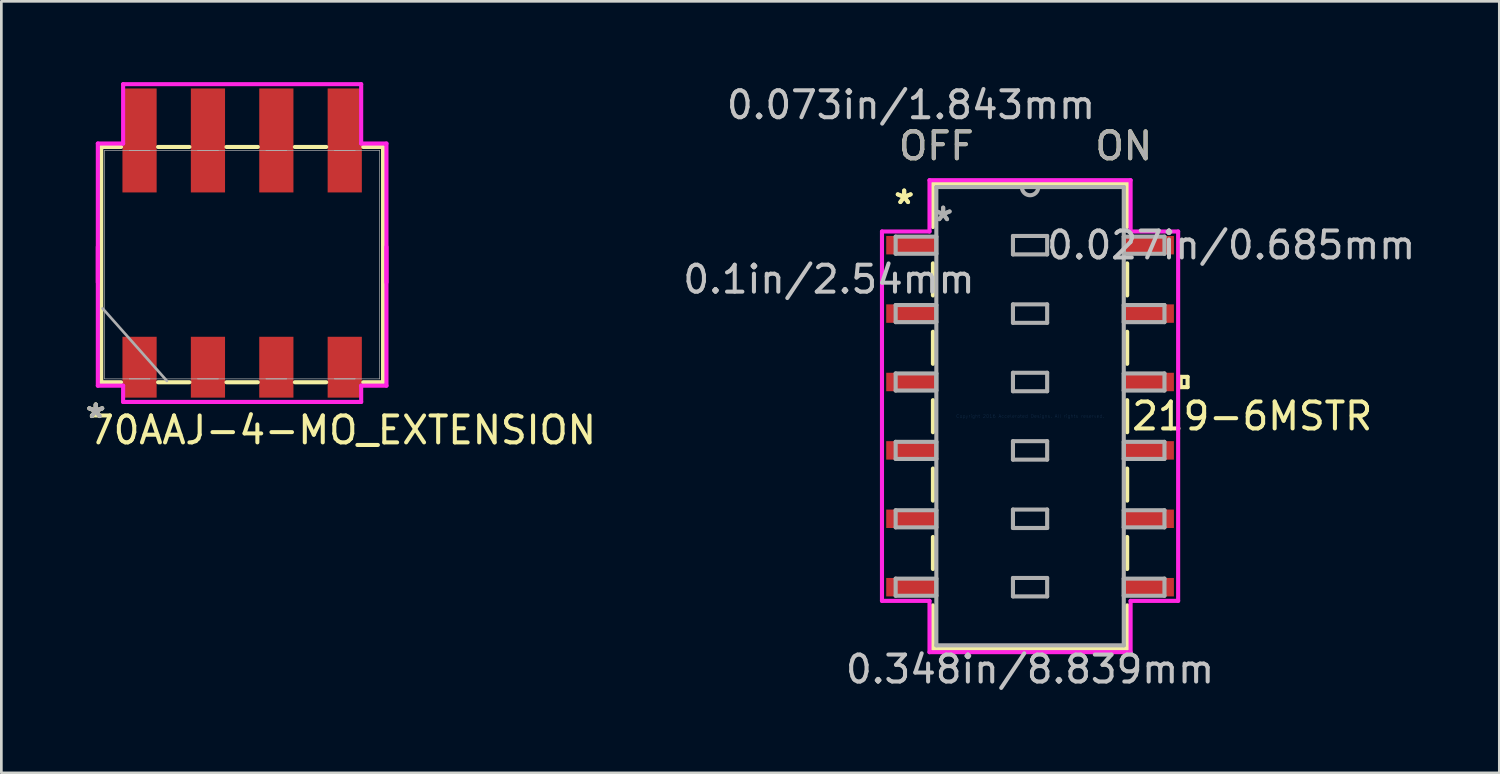
<source format=kicad_pcb>
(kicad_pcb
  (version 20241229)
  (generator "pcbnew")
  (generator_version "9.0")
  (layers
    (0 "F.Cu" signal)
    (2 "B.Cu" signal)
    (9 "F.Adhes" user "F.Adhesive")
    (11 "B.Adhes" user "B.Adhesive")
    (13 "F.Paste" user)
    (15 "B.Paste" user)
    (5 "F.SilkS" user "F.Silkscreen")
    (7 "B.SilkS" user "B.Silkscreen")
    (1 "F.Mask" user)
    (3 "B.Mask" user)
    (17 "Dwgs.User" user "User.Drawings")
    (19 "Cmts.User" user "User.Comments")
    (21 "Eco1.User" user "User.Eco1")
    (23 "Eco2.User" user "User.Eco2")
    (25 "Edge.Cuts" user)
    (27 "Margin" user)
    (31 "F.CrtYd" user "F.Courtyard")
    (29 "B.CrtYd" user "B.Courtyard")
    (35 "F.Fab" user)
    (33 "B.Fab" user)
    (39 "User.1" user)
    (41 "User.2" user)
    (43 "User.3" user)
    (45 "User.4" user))
  (footprint "219-6MSTR"
    (layer "F.Cu")
    (at 35.201 12.405)
    (property "Reference" "219-6MSTR" (at 8.25 0 0) (layer "F.SilkS") (effects (font (size 1 1) (thickness 0.15))))
    (attr smd)
    (fp_line (start -3.607 -8.636) (end -3.607 -7.025) (stroke (width 0.152) (type solid)) (layer "F.SilkS"))
    (fp_line (start -3.607 -5.675) (end -3.607 -4.485) (stroke (width 0.152) (type solid)) (layer "F.SilkS"))
    (fp_line (start -3.607 -3.135) (end -3.607 -1.945) (stroke (width 0.152) (type solid)) (layer "F.SilkS"))
    (fp_line (start -3.607 -0.595) (end -3.607 0.595) (stroke (width 0.152) (type solid)) (layer "F.SilkS"))
    (fp_line (start -3.607 1.945) (end -3.607 3.135) (stroke (width 0.152) (type solid)) (layer "F.SilkS"))
    (fp_line (start -3.607 4.485) (end -3.607 5.675) (stroke (width 0.152) (type solid)) (layer "F.SilkS"))
    (fp_line (start -3.607 7.025) (end -3.607 8.636) (stroke (width 0.152) (type solid)) (layer "F.SilkS"))
    (fp_line (start -3.607 8.636) (end 3.607 8.636) (stroke (width 0.152) (type solid)) (layer "F.SilkS"))
    (fp_line (start 3.607 -8.636) (end -3.607 -8.636) (stroke (width 0.152) (type solid)) (layer "F.SilkS"))
    (fp_line (start 3.607 -7.025) (end 3.607 -8.636) (stroke (width 0.152) (type solid)) (layer "F.SilkS"))
    (fp_line (start 3.607 -4.485) (end 3.607 -5.675) (stroke (width 0.152) (type solid)) (layer "F.SilkS"))
    (fp_line (start 3.607 -1.945) (end 3.607 -3.135) (stroke (width 0.152) (type solid)) (layer "F.SilkS"))
    (fp_line (start 3.607 0.595) (end 3.607 -0.595) (stroke (width 0.152) (type solid)) (layer "F.SilkS"))
    (fp_line (start 3.607 3.135) (end 3.607 1.945) (stroke (width 0.152) (type solid)) (layer "F.SilkS"))
    (fp_line (start 3.607 5.675) (end 3.607 4.485) (stroke (width 0.152) (type solid)) (layer "F.SilkS"))
    (fp_line (start 3.607 8.636) (end 3.607 7.025) (stroke (width 0.152) (type solid)) (layer "F.SilkS"))
    (fp_line (start 5.595 -1.46) (end 5.849 -1.46) (stroke (width 0.152) (type solid)) (layer "F.SilkS"))
    (fp_line (start 5.595 -1.079) (end 5.595 -1.46) (stroke (width 0.152) (type solid)) (layer "F.SilkS"))
    (fp_line (start 5.849 -1.46) (end 5.849 -1.079) (stroke (width 0.152) (type solid)) (layer "F.SilkS"))
    (fp_line (start 5.849 -1.079) (end 5.595 -1.079) (stroke (width 0.152) (type solid)) (layer "F.SilkS"))
    (fp_line (start -5.499 -6.858) (end -3.734 -6.858) (stroke (width 0.152) (type solid)) (layer "F.CrtYd"))
    (fp_line (start -5.499 6.858) (end -5.499 -6.858) (stroke (width 0.152) (type solid)) (layer "F.CrtYd"))
    (fp_line (start -3.734 -8.763) (end 3.734 -8.763) (stroke (width 0.152) (type solid)) (layer "F.CrtYd"))
    (fp_line (start -3.734 -6.858) (end -3.734 -8.763) (stroke (width 0.152) (type solid)) (layer "F.CrtYd"))
    (fp_line (start -3.734 6.858) (end -5.499 6.858) (stroke (width 0.152) (type solid)) (layer "F.CrtYd"))
    (fp_line (start -3.734 8.763) (end -3.734 6.858) (stroke (width 0.152) (type solid)) (layer "F.CrtYd"))
    (fp_line (start 3.734 -8.763) (end 3.734 -6.858) (stroke (width 0.152) (type solid)) (layer "F.CrtYd"))
    (fp_line (start 3.734 -6.858) (end 5.499 -6.858) (stroke (width 0.152) (type solid)) (layer "F.CrtYd"))
    (fp_line (start 3.734 6.858) (end 3.734 8.763) (stroke (width 0.152) (type solid)) (layer "F.CrtYd"))
    (fp_line (start 3.734 8.763) (end -3.734 8.763) (stroke (width 0.152) (type solid)) (layer "F.CrtYd"))
    (fp_line (start 5.499 -6.858) (end 5.499 6.858) (stroke (width 0.152) (type solid)) (layer "F.CrtYd"))
    (fp_line (start 5.499 6.858) (end 3.734 6.858) (stroke (width 0.152) (type solid)) (layer "F.CrtYd"))
    (fp_line (start -4.991 -6.668) (end -4.991 -6.032) (stroke (width 0.152) (type solid)) (layer "F.Fab"))
    (fp_line (start -4.991 -6.032) (end -3.48 -6.032) (stroke (width 0.152) (type solid)) (layer "F.Fab"))
    (fp_line (start -4.991 -4.128) (end -4.991 -3.493) (stroke (width 0.152) (type solid)) (layer "F.Fab"))
    (fp_line (start -4.991 -3.493) (end -3.48 -3.493) (stroke (width 0.152) (type solid)) (layer "F.Fab"))
    (fp_line (start -4.991 -1.587) (end -4.991 -0.953) (stroke (width 0.152) (type solid)) (layer "F.Fab"))
    (fp_line (start -4.991 -0.953) (end -3.48 -0.953) (stroke (width 0.152) (type solid)) (layer "F.Fab"))
    (fp_line (start -4.991 0.953) (end -4.991 1.587) (stroke (width 0.152) (type solid)) (layer "F.Fab"))
    (fp_line (start -4.991 1.587) (end -3.48 1.587) (stroke (width 0.152) (type solid)) (layer "F.Fab"))
    (fp_line (start -4.991 3.493) (end -4.991 4.128) (stroke (width 0.152) (type solid)) (layer "F.Fab"))
    (fp_line (start -4.991 4.128) (end -3.48 4.128) (stroke (width 0.152) (type solid)) (layer "F.Fab"))
    (fp_line (start -4.991 6.032) (end -4.991 6.668) (stroke (width 0.152) (type solid)) (layer "F.Fab"))
    (fp_line (start -4.991 6.668) (end -3.48 6.668) (stroke (width 0.152) (type solid)) (layer "F.Fab"))
    (fp_line (start -3.48 -8.509) (end -3.48 8.509) (stroke (width 0.152) (type solid)) (layer "F.Fab"))
    (fp_line (start -3.48 -6.668) (end -4.991 -6.668) (stroke (width 0.152) (type solid)) (layer "F.Fab"))
    (fp_line (start -3.48 -6.032) (end -3.48 -6.668) (stroke (width 0.152) (type solid)) (layer "F.Fab"))
    (fp_line (start -3.48 -4.128) (end -4.991 -4.128) (stroke (width 0.152) (type solid)) (layer "F.Fab"))
    (fp_line (start -3.48 -3.493) (end -3.48 -4.128) (stroke (width 0.152) (type solid)) (layer "F.Fab"))
    (fp_line (start -3.48 -1.587) (end -4.991 -1.587) (stroke (width 0.152) (type solid)) (layer "F.Fab"))
    (fp_line (start -3.48 -0.953) (end -3.48 -1.587) (stroke (width 0.152) (type solid)) (layer "F.Fab"))
    (fp_line (start -3.48 0.953) (end -4.991 0.953) (stroke (width 0.152) (type solid)) (layer "F.Fab"))
    (fp_line (start -3.48 1.587) (end -3.48 0.953) (stroke (width 0.152) (type solid)) (layer "F.Fab"))
    (fp_line (start -3.48 3.493) (end -4.991 3.493) (stroke (width 0.152) (type solid)) (layer "F.Fab"))
    (fp_line (start -3.48 4.128) (end -3.48 3.493) (stroke (width 0.152) (type solid)) (layer "F.Fab"))
    (fp_line (start -3.48 6.032) (end -4.991 6.032) (stroke (width 0.152) (type solid)) (layer "F.Fab"))
    (fp_line (start -3.48 6.668) (end -3.48 6.032) (stroke (width 0.152) (type solid)) (layer "F.Fab"))
    (fp_line (start -3.48 8.509) (end 3.48 8.509) (stroke (width 0.152) (type solid)) (layer "F.Fab"))
    (fp_line (start -0.635 -6.692) (end 0.635 -6.692) (stroke (width 0.152) (type solid)) (layer "F.Fab"))
    (fp_line (start -0.635 -6.008) (end -0.635 -6.692) (stroke (width 0.152) (type solid)) (layer "F.Fab"))
    (fp_line (start -0.635 -4.152) (end 0.635 -4.152) (stroke (width 0.152) (type solid)) (layer "F.Fab"))
    (fp_line (start -0.635 -3.467) (end -0.635 -4.152) (stroke (width 0.152) (type solid)) (layer "F.Fab"))
    (fp_line (start -0.635 -1.613) (end 0.635 -1.613) (stroke (width 0.152) (type solid)) (layer "F.Fab"))
    (fp_line (start -0.635 -0.927) (end -0.635 -1.613) (stroke (width 0.152) (type solid)) (layer "F.Fab"))
    (fp_line (start -0.635 0.927) (end 0.635 0.927) (stroke (width 0.152) (type solid)) (layer "F.Fab"))
    (fp_line (start -0.635 1.613) (end -0.635 0.927) (stroke (width 0.152) (type solid)) (layer "F.Fab"))
    (fp_line (start -0.635 3.467) (end 0.635 3.467) (stroke (width 0.152) (type solid)) (layer "F.Fab"))
    (fp_line (start -0.635 4.152) (end -0.635 3.467) (stroke (width 0.152) (type solid)) (layer "F.Fab"))
    (fp_line (start -0.635 6.008) (end 0.635 6.008) (stroke (width 0.152) (type solid)) (layer "F.Fab"))
    (fp_line (start -0.635 6.692) (end -0.635 6.008) (stroke (width 0.152) (type solid)) (layer "F.Fab"))
    (fp_line (start 0.635 -6.692) (end 0.635 -6.008) (stroke (width 0.152) (type solid)) (layer "F.Fab"))
    (fp_line (start 0.635 -6.008) (end -0.635 -6.008) (stroke (width 0.152) (type solid)) (layer "F.Fab"))
    (fp_line (start 0.635 -4.152) (end 0.635 -3.467) (stroke (width 0.152) (type solid)) (layer "F.Fab"))
    (fp_line (start 0.635 -3.467) (end -0.635 -3.467) (stroke (width 0.152) (type solid)) (layer "F.Fab"))
    (fp_line (start 0.635 -1.613) (end 0.635 -0.927) (stroke (width 0.152) (type solid)) (layer "F.Fab"))
    (fp_line (start 0.635 -0.927) (end -0.635 -0.927) (stroke (width 0.152) (type solid)) (layer "F.Fab"))
    (fp_line (start 0.635 0.927) (end 0.635 1.613) (stroke (width 0.152) (type solid)) (layer "F.Fab"))
    (fp_line (start 0.635 1.613) (end -0.635 1.613) (stroke (width 0.152) (type solid)) (layer "F.Fab"))
    (fp_line (start 0.635 3.467) (end 0.635 4.152) (stroke (width 0.152) (type solid)) (layer "F.Fab"))
    (fp_line (start 0.635 4.152) (end -0.635 4.152) (stroke (width 0.152) (type solid)) (layer "F.Fab"))
    (fp_line (start 0.635 6.008) (end 0.635 6.692) (stroke (width 0.152) (type solid)) (layer "F.Fab"))
    (fp_line (start 0.635 6.692) (end -0.635 6.692) (stroke (width 0.152) (type solid)) (layer "F.Fab"))
    (fp_line (start 3.48 -8.509) (end -3.48 -8.509) (stroke (width 0.152) (type solid)) (layer "F.Fab"))
    (fp_line (start 3.48 -6.668) (end 3.48 -6.032) (stroke (width 0.152) (type solid)) (layer "F.Fab"))
    (fp_line (start 3.48 -6.032) (end 4.991 -6.032) (stroke (width 0.152) (type solid)) (layer "F.Fab"))
    (fp_line (start 3.48 -4.128) (end 3.48 -3.493) (stroke (width 0.152) (type solid)) (layer "F.Fab"))
    (fp_line (start 3.48 -3.493) (end 4.991 -3.493) (stroke (width 0.152) (type solid)) (layer "F.Fab"))
    (fp_line (start 3.48 -1.587) (end 3.48 -0.953) (stroke (width 0.152) (type solid)) (layer "F.Fab"))
    (fp_line (start 3.48 -0.953) (end 4.991 -0.953) (stroke (width 0.152) (type solid)) (layer "F.Fab"))
    (fp_line (start 3.48 0.953) (end 3.48 1.587) (stroke (width 0.152) (type solid)) (layer "F.Fab"))
    (fp_line (start 3.48 1.587) (end 4.991 1.587) (stroke (width 0.152) (type solid)) (layer "F.Fab"))
    (fp_line (start 3.48 3.493) (end 3.48 4.128) (stroke (width 0.152) (type solid)) (layer "F.Fab"))
    (fp_line (start 3.48 4.128) (end 4.991 4.128) (stroke (width 0.152) (type solid)) (layer "F.Fab"))
    (fp_line (start 3.48 6.032) (end 3.48 6.668) (stroke (width 0.152) (type solid)) (layer "F.Fab"))
    (fp_line (start 3.48 6.668) (end 4.991 6.668) (stroke (width 0.152) (type solid)) (layer "F.Fab"))
    (fp_line (start 3.48 8.509) (end 3.48 -8.509) (stroke (width 0.152) (type solid)) (layer "F.Fab"))
    (fp_line (start 4.991 -6.668) (end 3.48 -6.668) (stroke (width 0.152) (type solid)) (layer "F.Fab"))
    (fp_line (start 4.991 -6.032) (end 4.991 -6.668) (stroke (width 0.152) (type solid)) (layer "F.Fab"))
    (fp_line (start 4.991 -4.128) (end 3.48 -4.128) (stroke (width 0.152) (type solid)) (layer "F.Fab"))
    (fp_line (start 4.991 -3.493) (end 4.991 -4.128) (stroke (width 0.152) (type solid)) (layer "F.Fab"))
    (fp_line (start 4.991 -1.587) (end 3.48 -1.587) (stroke (width 0.152) (type solid)) (layer "F.Fab"))
    (fp_line (start 4.991 -0.953) (end 4.991 -1.587) (stroke (width 0.152) (type solid)) (layer "F.Fab"))
    (fp_line (start 4.991 0.953) (end 3.48 0.953) (stroke (width 0.152) (type solid)) (layer "F.Fab"))
    (fp_line (start 4.991 1.587) (end 4.991 0.953) (stroke (width 0.152) (type solid)) (layer "F.Fab"))
    (fp_line (start 4.991 3.493) (end 3.48 3.493) (stroke (width 0.152) (type solid)) (layer "F.Fab"))
    (fp_line (start 4.991 4.128) (end 4.991 3.493) (stroke (width 0.152) (type solid)) (layer "F.Fab"))
    (fp_line (start 4.991 6.032) (end 3.48 6.032) (stroke (width 0.152) (type solid)) (layer "F.Fab"))
    (fp_line (start 4.991 6.668) (end 4.991 6.032) (stroke (width 0.152) (type solid)) (layer "F.Fab"))
    (fp_arc (start 0.3048 -8.509) (mid 0 -8.2042) (end -0.3048 -8.509) (stroke (width 0.1524) (type solid)) (layer "F.Fab"))
    (fp_text user "OFF" (at -3.48 -10.033 0) (layer "F.SilkS") (effects (font (size 1 1) (thickness 0.15))))
    (fp_text user "*" (at -4.674 -7.835 0) (layer "F.SilkS") (effects (font (size 1 1) (thickness 0.15))))
    (fp_text user "ON" (at 3.48 -10.033 0) (layer "F.SilkS") (effects (font (size 1 1) (thickness 0.15))))
    (fp_text user "*" (at -4.674 -7.835 0) (layer "F.SilkS") (effects (font (size 1 1) (thickness 0.15))))
    (fp_text user "0.348in/8.839mm" (at 0 9.398 0) (layer "Dwgs.User") (effects (font (size 1 1) (thickness 0.15))))
    (fp_text user "0.1in/2.54mm" (at -7.468 -5.08 0) (layer "Dwgs.User") (effects (font (size 1 1) (thickness 0.15))))
    (fp_text user "0.027in/0.685mm" (at 7.468 -6.35 0) (layer "Dwgs.User") (effects (font (size 1 1) (thickness 0.15))))
    (fp_text user "0.073in/1.843mm" (at -4.42 -11.557 0) (layer "Dwgs.User") (effects (font (size 1 1) (thickness 0.15))))
    (fp_text user "Copyright 2016 Accelerated Designs. All rights reserved." (at 0 0 0) (layer "Cmts.User") (effects (font (size 0.127 0.127) (thickness 0.002))))
    (fp_text user "OFF" (at -3.48 -10.033 0) (layer "F.Fab") (effects (font (size 1 1) (thickness 0.15))))
    (fp_text user "ON" (at 3.48 -10.033 0) (layer "F.Fab") (effects (font (size 1 1) (thickness 0.15))))
    (fp_text user "*" (at -3.226 -7.2 0) (layer "F.Fab") (effects (font (size 1 1) (thickness 0.15))))
    (fp_text user "*" (at -3.226 -7.2 0) (layer "F.Fab") (effects (font (size 1 1) (thickness 0.15))))
    (pad "1" smd rect (at -4.42 -6.35) (size 1.843 0.685) (layers "F.Cu" "F.Mask" "F.Paste"))
    (pad "2" smd rect (at -4.42 -3.81) (size 1.843 0.685) (layers "F.Cu" "F.Mask" "F.Paste"))
    (pad "3" smd rect (at -4.42 -1.27) (size 1.843 0.685) (layers "F.Cu" "F.Mask" "F.Paste"))
    (pad "4" smd rect (at -4.42 1.27) (size 1.843 0.685) (layers "F.Cu" "F.Mask" "F.Paste"))
    (pad "5" smd rect (at -4.42 3.81) (size 1.843 0.685) (layers "F.Cu" "F.Mask" "F.Paste"))
    (pad "6" smd rect (at -4.42 6.35) (size 1.843 0.685) (layers "F.Cu" "F.Mask" "F.Paste"))
    (pad "7" smd rect (at 4.42 6.35) (size 1.843 0.685) (layers "F.Cu" "F.Mask" "F.Paste"))
    (pad "8" smd rect (at 4.42 3.81) (size 1.843 0.685) (layers "F.Cu" "F.Mask" "F.Paste"))
    (pad "9" smd rect (at 4.42 1.27) (size 1.843 0.685) (layers "F.Cu" "F.Mask" "F.Paste"))
    (pad "10" smd rect (at 4.42 -1.27) (size 1.843 0.685) (layers "F.Cu" "F.Mask" "F.Paste"))
    (pad "11" smd rect (at 4.42 -3.81) (size 1.843 0.685) (layers "F.Cu" "F.Mask" "F.Paste"))
    (pad "12" smd rect (at 4.42 -6.35) (size 1.843 0.685) (layers "F.Cu" "F.Mask" "F.Paste")))
  (footprint "70AAJ-4-MO_EXTENSION"
    (layer "F.Cu")
    (at 5.942 6.776)
    (property "Reference" "70AAJ-4-MO_EXTENSION" (at 3.708 6.147 0) (unlocked yes) (layer "F.SilkS") (effects (font (size 1 1) (thickness 0.15))))
    (attr smd)
    (fp_line (start -5.232 -4.369) (end -5.232 4.369) (stroke (width 0.152) (type solid)) (layer "F.SilkS"))
    (fp_line (start -5.232 4.369) (end -4.498 4.369) (stroke (width 0.152) (type solid)) (layer "F.SilkS"))
    (fp_line (start -4.498 -4.369) (end -5.232 -4.369) (stroke (width 0.152) (type solid)) (layer "F.SilkS"))
    (fp_line (start -3.122 4.369) (end -1.958 4.369) (stroke (width 0.152) (type solid)) (layer "F.SilkS"))
    (fp_line (start -1.958 -4.369) (end -3.122 -4.369) (stroke (width 0.152) (type solid)) (layer "F.SilkS"))
    (fp_line (start -0.582 4.369) (end 0.582 4.369) (stroke (width 0.152) (type solid)) (layer "F.SilkS"))
    (fp_line (start 0.582 -4.369) (end -0.582 -4.369) (stroke (width 0.152) (type solid)) (layer "F.SilkS"))
    (fp_line (start 1.958 4.369) (end 3.122 4.369) (stroke (width 0.152) (type solid)) (layer "F.SilkS"))
    (fp_line (start 3.122 -4.369) (end 1.958 -4.369) (stroke (width 0.152) (type solid)) (layer "F.SilkS"))
    (fp_line (start 4.498 4.369) (end 5.232 4.369) (stroke (width 0.152) (type solid)) (layer "F.SilkS"))
    (fp_line (start 5.232 -4.369) (end 4.498 -4.369) (stroke (width 0.152) (type solid)) (layer "F.SilkS"))
    (fp_line (start 5.232 4.369) (end 5.232 -4.369) (stroke (width 0.152) (type solid)) (layer "F.SilkS"))
    (fp_line (start -5.359 -4.496) (end -4.42 -4.496) (stroke (width 0.152) (type solid)) (layer "F.CrtYd"))
    (fp_line (start -5.359 0.66) (end -5.359 -4.496) (stroke (width 0.152) (type solid)) (layer "F.CrtYd"))
    (fp_line (start -5.359 4.496) (end -5.359 -0.66) (stroke (width 0.152) (type solid)) (layer "F.CrtYd"))
    (fp_line (start -4.42 -6.7) (end 4.42 -6.7) (stroke (width 0.152) (type solid)) (layer "F.CrtYd"))
    (fp_line (start -4.42 -4.496) (end -4.42 -6.7) (stroke (width 0.152) (type solid)) (layer "F.CrtYd"))
    (fp_line (start -4.42 4.496) (end -5.359 4.496) (stroke (width 0.152) (type solid)) (layer "F.CrtYd"))
    (fp_line (start -4.42 5.1) (end -4.42 4.496) (stroke (width 0.152) (type solid)) (layer "F.CrtYd"))
    (fp_line (start 4.42 -6.7) (end 4.42 -4.496) (stroke (width 0.152) (type solid)) (layer "F.CrtYd"))
    (fp_line (start 4.42 -4.496) (end 5.359 -4.496) (stroke (width 0.152) (type solid)) (layer "F.CrtYd"))
    (fp_line (start 4.42 4.496) (end 4.42 5.1) (stroke (width 0.152) (type solid)) (layer "F.CrtYd"))
    (fp_line (start 4.42 5.1) (end -4.42 5.1) (stroke (width 0.152) (type solid)) (layer "F.CrtYd"))
    (fp_line (start 5.359 -4.496) (end 5.359 0.66) (stroke (width 0.152) (type solid)) (layer "F.CrtYd"))
    (fp_line (start 5.359 -0.66) (end 5.359 4.496) (stroke (width 0.152) (type solid)) (layer "F.CrtYd"))
    (fp_line (start 5.359 4.496) (end 4.42 4.496) (stroke (width 0.152) (type solid)) (layer "F.CrtYd"))
    (fp_line (start -5.182 1.626) (end -2.794 4.318) (stroke (width 0.1) (type solid)) (layer "F.Fab"))
    (fp_line (start -5.105 -4.242) (end -5.105 -4.242) (stroke (width 0.025) (type solid)) (layer "F.Fab"))
    (fp_line (start -5.105 -4.242) (end -5.105 4.242) (stroke (width 0.025) (type solid)) (layer "F.Fab"))
    (fp_line (start -5.105 4.242) (end -5.105 4.242) (stroke (width 0.025) (type solid)) (layer "F.Fab"))
    (fp_line (start -5.105 4.242) (end 5.105 4.242) (stroke (width 0.025) (type solid)) (layer "F.Fab"))
    (fp_line (start -4.191 -4.242) (end -4.191 -4.242) (stroke (width 0.025) (type solid)) (layer "F.Fab"))
    (fp_line (start -4.191 -4.242) (end -3.429 -4.242) (stroke (width 0.025) (type solid)) (layer "F.Fab"))
    (fp_line (start -4.191 4.242) (end -4.191 4.242) (stroke (width 0.025) (type solid)) (layer "F.Fab"))
    (fp_line (start -4.191 4.242) (end -3.429 4.242) (stroke (width 0.025) (type solid)) (layer "F.Fab"))
    (fp_line (start -3.429 -4.242) (end -4.191 -4.242) (stroke (width 0.025) (type solid)) (layer "F.Fab"))
    (fp_line (start -3.429 -4.242) (end -3.429 -4.242) (stroke (width 0.025) (type solid)) (layer "F.Fab"))
    (fp_line (start -3.429 4.242) (end -4.191 4.242) (stroke (width 0.025) (type solid)) (layer "F.Fab"))
    (fp_line (start -3.429 4.242) (end -3.429 4.242) (stroke (width 0.025) (type solid)) (layer "F.Fab"))
    (fp_line (start -1.651 -4.242) (end -1.651 -4.242) (stroke (width 0.025) (type solid)) (layer "F.Fab"))
    (fp_line (start -1.651 -4.242) (end -0.889 -4.242) (stroke (width 0.025) (type solid)) (layer "F.Fab"))
    (fp_line (start -1.651 4.242) (end -1.651 4.242) (stroke (width 0.025) (type solid)) (layer "F.Fab"))
    (fp_line (start -1.651 4.242) (end -0.889 4.242) (stroke (width 0.025) (type solid)) (layer "F.Fab"))
    (fp_line (start -0.889 -4.242) (end -1.651 -4.242) (stroke (width 0.025) (type solid)) (layer "F.Fab"))
    (fp_line (start -0.889 -4.242) (end -0.889 -4.242) (stroke (width 0.025) (type solid)) (layer "F.Fab"))
    (fp_line (start -0.889 4.242) (end -1.651 4.242) (stroke (width 0.025) (type solid)) (layer "F.Fab"))
    (fp_line (start -0.889 4.242) (end -0.889 4.242) (stroke (width 0.025) (type solid)) (layer "F.Fab"))
    (fp_line (start 0.889 -4.242) (end 0.889 -4.242) (stroke (width 0.025) (type solid)) (layer "F.Fab"))
    (fp_line (start 0.889 -4.242) (end 1.651 -4.242) (stroke (width 0.025) (type solid)) (layer "F.Fab"))
    (fp_line (start 0.889 4.242) (end 0.889 4.242) (stroke (width 0.025) (type solid)) (layer "F.Fab"))
    (fp_line (start 0.889 4.242) (end 1.651 4.242) (stroke (width 0.025) (type solid)) (layer "F.Fab"))
    (fp_line (start 1.651 -4.242) (end 0.889 -4.242) (stroke (width 0.025) (type solid)) (layer "F.Fab"))
    (fp_line (start 1.651 -4.242) (end 1.651 -4.242) (stroke (width 0.025) (type solid)) (layer "F.Fab"))
    (fp_line (start 1.651 4.242) (end 0.889 4.242) (stroke (width 0.025) (type solid)) (layer "F.Fab"))
    (fp_line (start 1.651 4.242) (end 1.651 4.242) (stroke (width 0.025) (type solid)) (layer "F.Fab"))
    (fp_line (start 3.429 -4.242) (end 3.429 -4.242) (stroke (width 0.025) (type solid)) (layer "F.Fab"))
    (fp_line (start 3.429 -4.242) (end 4.191 -4.242) (stroke (width 0.025) (type solid)) (layer "F.Fab"))
    (fp_line (start 3.429 4.242) (end 3.429 4.242) (stroke (width 0.025) (type solid)) (layer "F.Fab"))
    (fp_line (start 3.429 4.242) (end 4.191 4.242) (stroke (width 0.025) (type solid)) (layer "F.Fab"))
    (fp_line (start 4.191 -4.242) (end 3.429 -4.242) (stroke (width 0.025) (type solid)) (layer "F.Fab"))
    (fp_line (start 4.191 -4.242) (end 4.191 -4.242) (stroke (width 0.025) (type solid)) (layer "F.Fab"))
    (fp_line (start 4.191 4.242) (end 3.429 4.242) (stroke (width 0.025) (type solid)) (layer "F.Fab"))
    (fp_line (start 4.191 4.242) (end 4.191 4.242) (stroke (width 0.025) (type solid)) (layer "F.Fab"))
    (fp_line (start 5.105 -4.242) (end -5.105 -4.242) (stroke (width 0.025) (type solid)) (layer "F.Fab"))
    (fp_line (start 5.105 -4.242) (end 5.105 -4.242) (stroke (width 0.025) (type solid)) (layer "F.Fab"))
    (fp_line (start 5.105 4.242) (end 5.105 -4.242) (stroke (width 0.025) (type solid)) (layer "F.Fab"))
    (fp_line (start 5.105 4.242) (end 5.105 4.242) (stroke (width 0.025) (type solid)) (layer "F.Fab"))
    (fp_text user "*" (at -5.436 5.74 0) (unlocked yes) (layer "F.SilkS") (effects (font (size 1 1) (thickness 0.15))))
    (fp_text user "*" (at -5.436 5.74 0) (layer "F.SilkS") (effects (font (size 1 1) (thickness 0.15))))
    (fp_text user "*" (at -5.436 5.74 0) (unlocked yes) (layer "F.Fab") (effects (font (size 1 1) (thickness 0.15))))
    (fp_text user "*" (at -5.436 5.74 0) (layer "F.Fab") (effects (font (size 1 1) (thickness 0.15))))
    (pad "1" smd rect (at -3.81 -4.61) (size 1.27 3.86) (layers "F.Cu" "F.Mask" "F.Paste"))
    (pad "1" smd rect (at -3.81 3.81) (size 1.27 2.26) (layers "F.Cu" "F.Mask" "F.Paste"))
    (pad "2" smd rect (at -1.27 -4.61) (size 1.27 3.86) (layers "F.Cu" "F.Mask" "F.Paste"))
    (pad "2" smd rect (at -1.27 3.81) (size 1.27 2.26) (layers "F.Cu" "F.Mask" "F.Paste"))
    (pad "3" smd rect (at 1.27 -4.61) (size 1.27 3.86) (layers "F.Cu" "F.Mask" "F.Paste"))
    (pad "3" smd rect (at 1.27 3.81) (size 1.27 2.26) (layers "F.Cu" "F.Mask" "F.Paste"))
    (pad "4" smd rect (at 3.81 -4.61) (size 1.27 3.86) (layers "F.Cu" "F.Mask" "F.Paste"))
    (pad "4" smd rect (at 3.81 3.81) (size 1.27 2.26) (layers "F.Cu" "F.Mask" "F.Paste")))
  (gr_rect
    (start -3 -3)
    (end 52.627 25.651)
    (stroke (width 0.1) (type default))
    (fill no)
    (layer "Edge.Cuts")))
</source>
